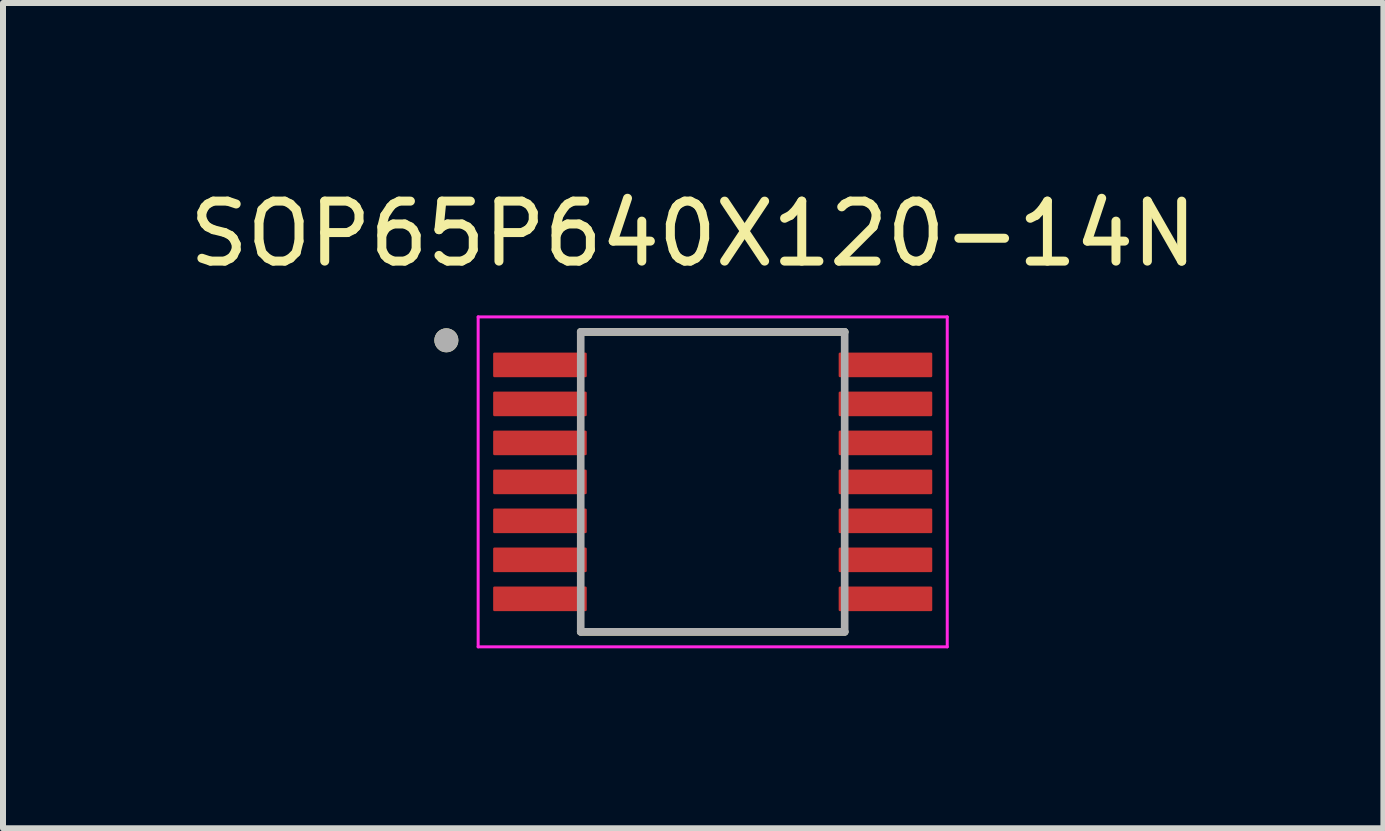
<source format=kicad_pcb>
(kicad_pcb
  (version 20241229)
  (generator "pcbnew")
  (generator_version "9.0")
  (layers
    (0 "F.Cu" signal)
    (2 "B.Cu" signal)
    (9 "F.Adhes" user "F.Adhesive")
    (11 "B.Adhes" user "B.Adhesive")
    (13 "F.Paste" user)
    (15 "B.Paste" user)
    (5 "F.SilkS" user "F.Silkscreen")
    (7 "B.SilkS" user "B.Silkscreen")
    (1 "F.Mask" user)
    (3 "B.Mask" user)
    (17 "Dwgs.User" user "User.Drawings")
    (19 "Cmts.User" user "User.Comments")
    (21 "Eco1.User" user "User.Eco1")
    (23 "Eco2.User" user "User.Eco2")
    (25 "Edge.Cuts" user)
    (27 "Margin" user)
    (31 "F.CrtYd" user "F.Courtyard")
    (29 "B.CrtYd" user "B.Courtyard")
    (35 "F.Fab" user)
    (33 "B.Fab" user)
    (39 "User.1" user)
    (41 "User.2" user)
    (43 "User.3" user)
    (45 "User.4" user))
  (footprint "SOP65P640X120-14N"
    (layer "F.Cu")
    (at 8.831 4.983)
    (property "Reference" "SOP65P640X120-14N" (at -0.325 -4.135 0) (layer "F.SilkS") (effects (font (size 1 1) (thickness 0.15))))
    (attr through_hole)
    (fp_line (start -2.2 -2.5) (end 2.2 -2.5) (stroke (width 0.127) (type solid)) (layer "F.SilkS"))
    (fp_line (start -2.2 2.5) (end 2.2 2.5) (stroke (width 0.127) (type solid)) (layer "F.SilkS"))
    (fp_circle (center -4.44 -2.36) (end -4.34 -2.36) (stroke (width 0.2) (type solid)) (fill no) (layer "F.SilkS"))
    (fp_line (start -3.91 -2.75) (end -3.91 2.75) (stroke (width 0.05) (type solid)) (layer "F.CrtYd"))
    (fp_line (start -3.91 -2.75) (end 3.91 -2.75) (stroke (width 0.05) (type solid)) (layer "F.CrtYd"))
    (fp_line (start -3.91 2.75) (end 3.91 2.75) (stroke (width 0.05) (type solid)) (layer "F.CrtYd"))
    (fp_line (start 3.91 -2.75) (end 3.91 2.75) (stroke (width 0.05) (type solid)) (layer "F.CrtYd"))
    (fp_line (start -2.2 -2.5) (end -2.2 2.5) (stroke (width 0.127) (type solid)) (layer "F.Fab"))
    (fp_line (start -2.2 -2.5) (end 2.2 -2.5) (stroke (width 0.127) (type solid)) (layer "F.Fab"))
    (fp_line (start -2.2 2.5) (end 2.2 2.5) (stroke (width 0.127) (type solid)) (layer "F.Fab"))
    (fp_line (start 2.2 -2.5) (end 2.2 2.5) (stroke (width 0.127) (type solid)) (layer "F.Fab"))
    (fp_circle (center -4.44 -2.36) (end -4.34 -2.36) (stroke (width 0.2) (type solid)) (fill no) (layer "F.Fab"))
    (pad "1" smd roundrect (at -2.88 -1.95) (size 1.56 0.41) (layers "F.Cu" "F.Mask" "F.Paste") (roundrect_rratio 0.05))
    (pad "2" smd roundrect (at -2.88 -1.3) (size 1.56 0.41) (layers "F.Cu" "F.Mask" "F.Paste") (roundrect_rratio 0.05))
    (pad "3" smd roundrect (at -2.88 -0.65) (size 1.56 0.41) (layers "F.Cu" "F.Mask" "F.Paste") (roundrect_rratio 0.05))
    (pad "4" smd roundrect (at -2.88 0) (size 1.56 0.41) (layers "F.Cu" "F.Mask" "F.Paste") (roundrect_rratio 0.05))
    (pad "5" smd roundrect (at -2.88 0.65) (size 1.56 0.41) (layers "F.Cu" "F.Mask" "F.Paste") (roundrect_rratio 0.05))
    (pad "6" smd roundrect (at -2.88 1.3) (size 1.56 0.41) (layers "F.Cu" "F.Mask" "F.Paste") (roundrect_rratio 0.05))
    (pad "7" smd roundrect (at -2.88 1.95) (size 1.56 0.41) (layers "F.Cu" "F.Mask" "F.Paste") (roundrect_rratio 0.05))
    (pad "8" smd roundrect (at 2.88 1.95) (size 1.56 0.41) (layers "F.Cu" "F.Mask" "F.Paste") (roundrect_rratio 0.05))
    (pad "9" smd roundrect (at 2.88 1.3) (size 1.56 0.41) (layers "F.Cu" "F.Mask" "F.Paste") (roundrect_rratio 0.05))
    (pad "10" smd roundrect (at 2.88 0.65) (size 1.56 0.41) (layers "F.Cu" "F.Mask" "F.Paste") (roundrect_rratio 0.05))
    (pad "11" smd roundrect (at 2.88 0) (size 1.56 0.41) (layers "F.Cu" "F.Mask" "F.Paste") (roundrect_rratio 0.05))
    (pad "12" smd roundrect (at 2.88 -0.65) (size 1.56 0.41) (layers "F.Cu" "F.Mask" "F.Paste") (roundrect_rratio 0.05))
    (pad "13" smd roundrect (at 2.88 -1.3) (size 1.56 0.41) (layers "F.Cu" "F.Mask" "F.Paste") (roundrect_rratio 0.05))
    (pad "14" smd roundrect (at 2.88 -1.95) (size 1.56 0.41) (layers "F.Cu" "F.Mask" "F.Paste") (roundrect_rratio 0.05)))
  (gr_rect
    (start -3 -3)
    (end 20.012 10.758)
    (stroke (width 0.1) (type default))
    (fill no)
    (layer "Edge.Cuts")))
</source>
